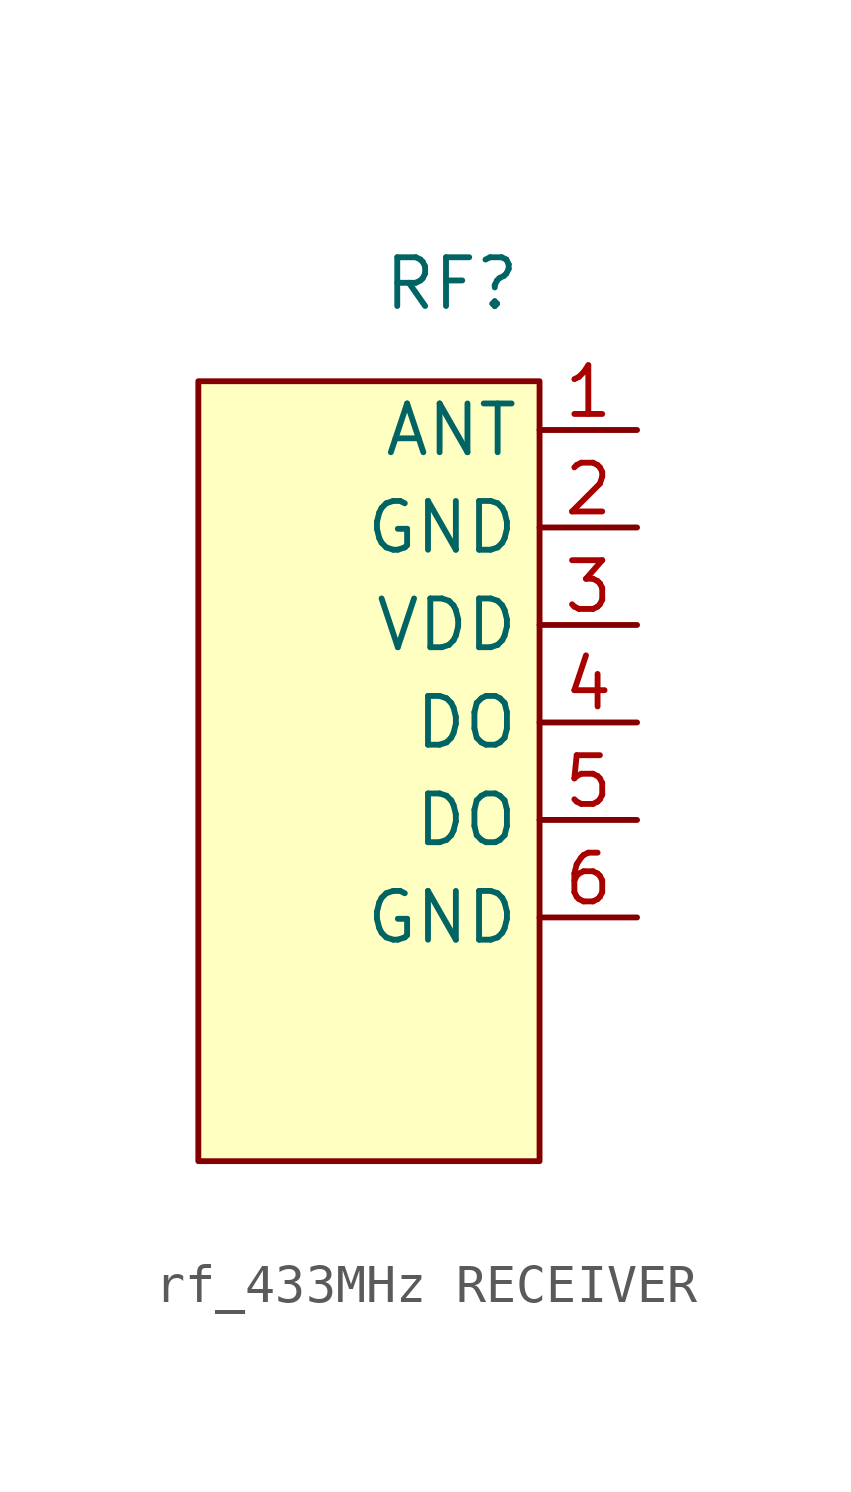
<source format=kicad_sym>
(kicad_symbol_lib
  (version 20241209)
  (generator "kicad_symbol_editor")
  (generator_version "9.0")
  (symbol "rf_433MHz RECEIVER"
    (property "Reference" "RF"
      (at -2.286 2.54 0)
      (effects (font (size 1.27 1.27))))
    (property "Value" ""
      (at 0 0 0)
      (effects (font (size 1.27 1.27))))
    (symbol "rf_433MHz RECEIVER_1_1"
      (rectangle (start -8.89 0) (end 0 -20.32) (stroke (width 0) (type solid)) (fill (type background)))
      (pin passive line (at 2.54 -1.27 180) (length 2.54) (name "ANT" (effects (font (size 1.27 1.27)))) (number "1" (effects (font (size 1.27 1.27)))))
      (pin passive line (at 2.54 -3.81 180) (length 2.54) (name "GND" (effects (font (size 1.27 1.27)))) (number "2" (effects (font (size 1.27 1.27)))))
      (pin power_in line (at 2.54 -6.35 180) (length 2.54) (name "VDD" (effects (font (size 1.27 1.27)))) (number "3" (effects (font (size 1.27 1.27)))))
      (pin output line (at 2.54 -8.89 180) (length 2.54) (name "DO" (effects (font (size 1.27 1.27)))) (number "4" (effects (font (size 1.27 1.27)))))
      (pin output line (at 2.54 -11.43 180) (length 2.54) (name "DO" (effects (font (size 1.27 1.27)))) (number "5" (effects (font (size 1.27 1.27)))))
      (pin passive line (at 2.54 -13.97 180) (length 2.54) (name "GND" (effects (font (size 1.27 1.27)))) (number "6" (effects (font (size 1.27 1.27))))))))
</source>
